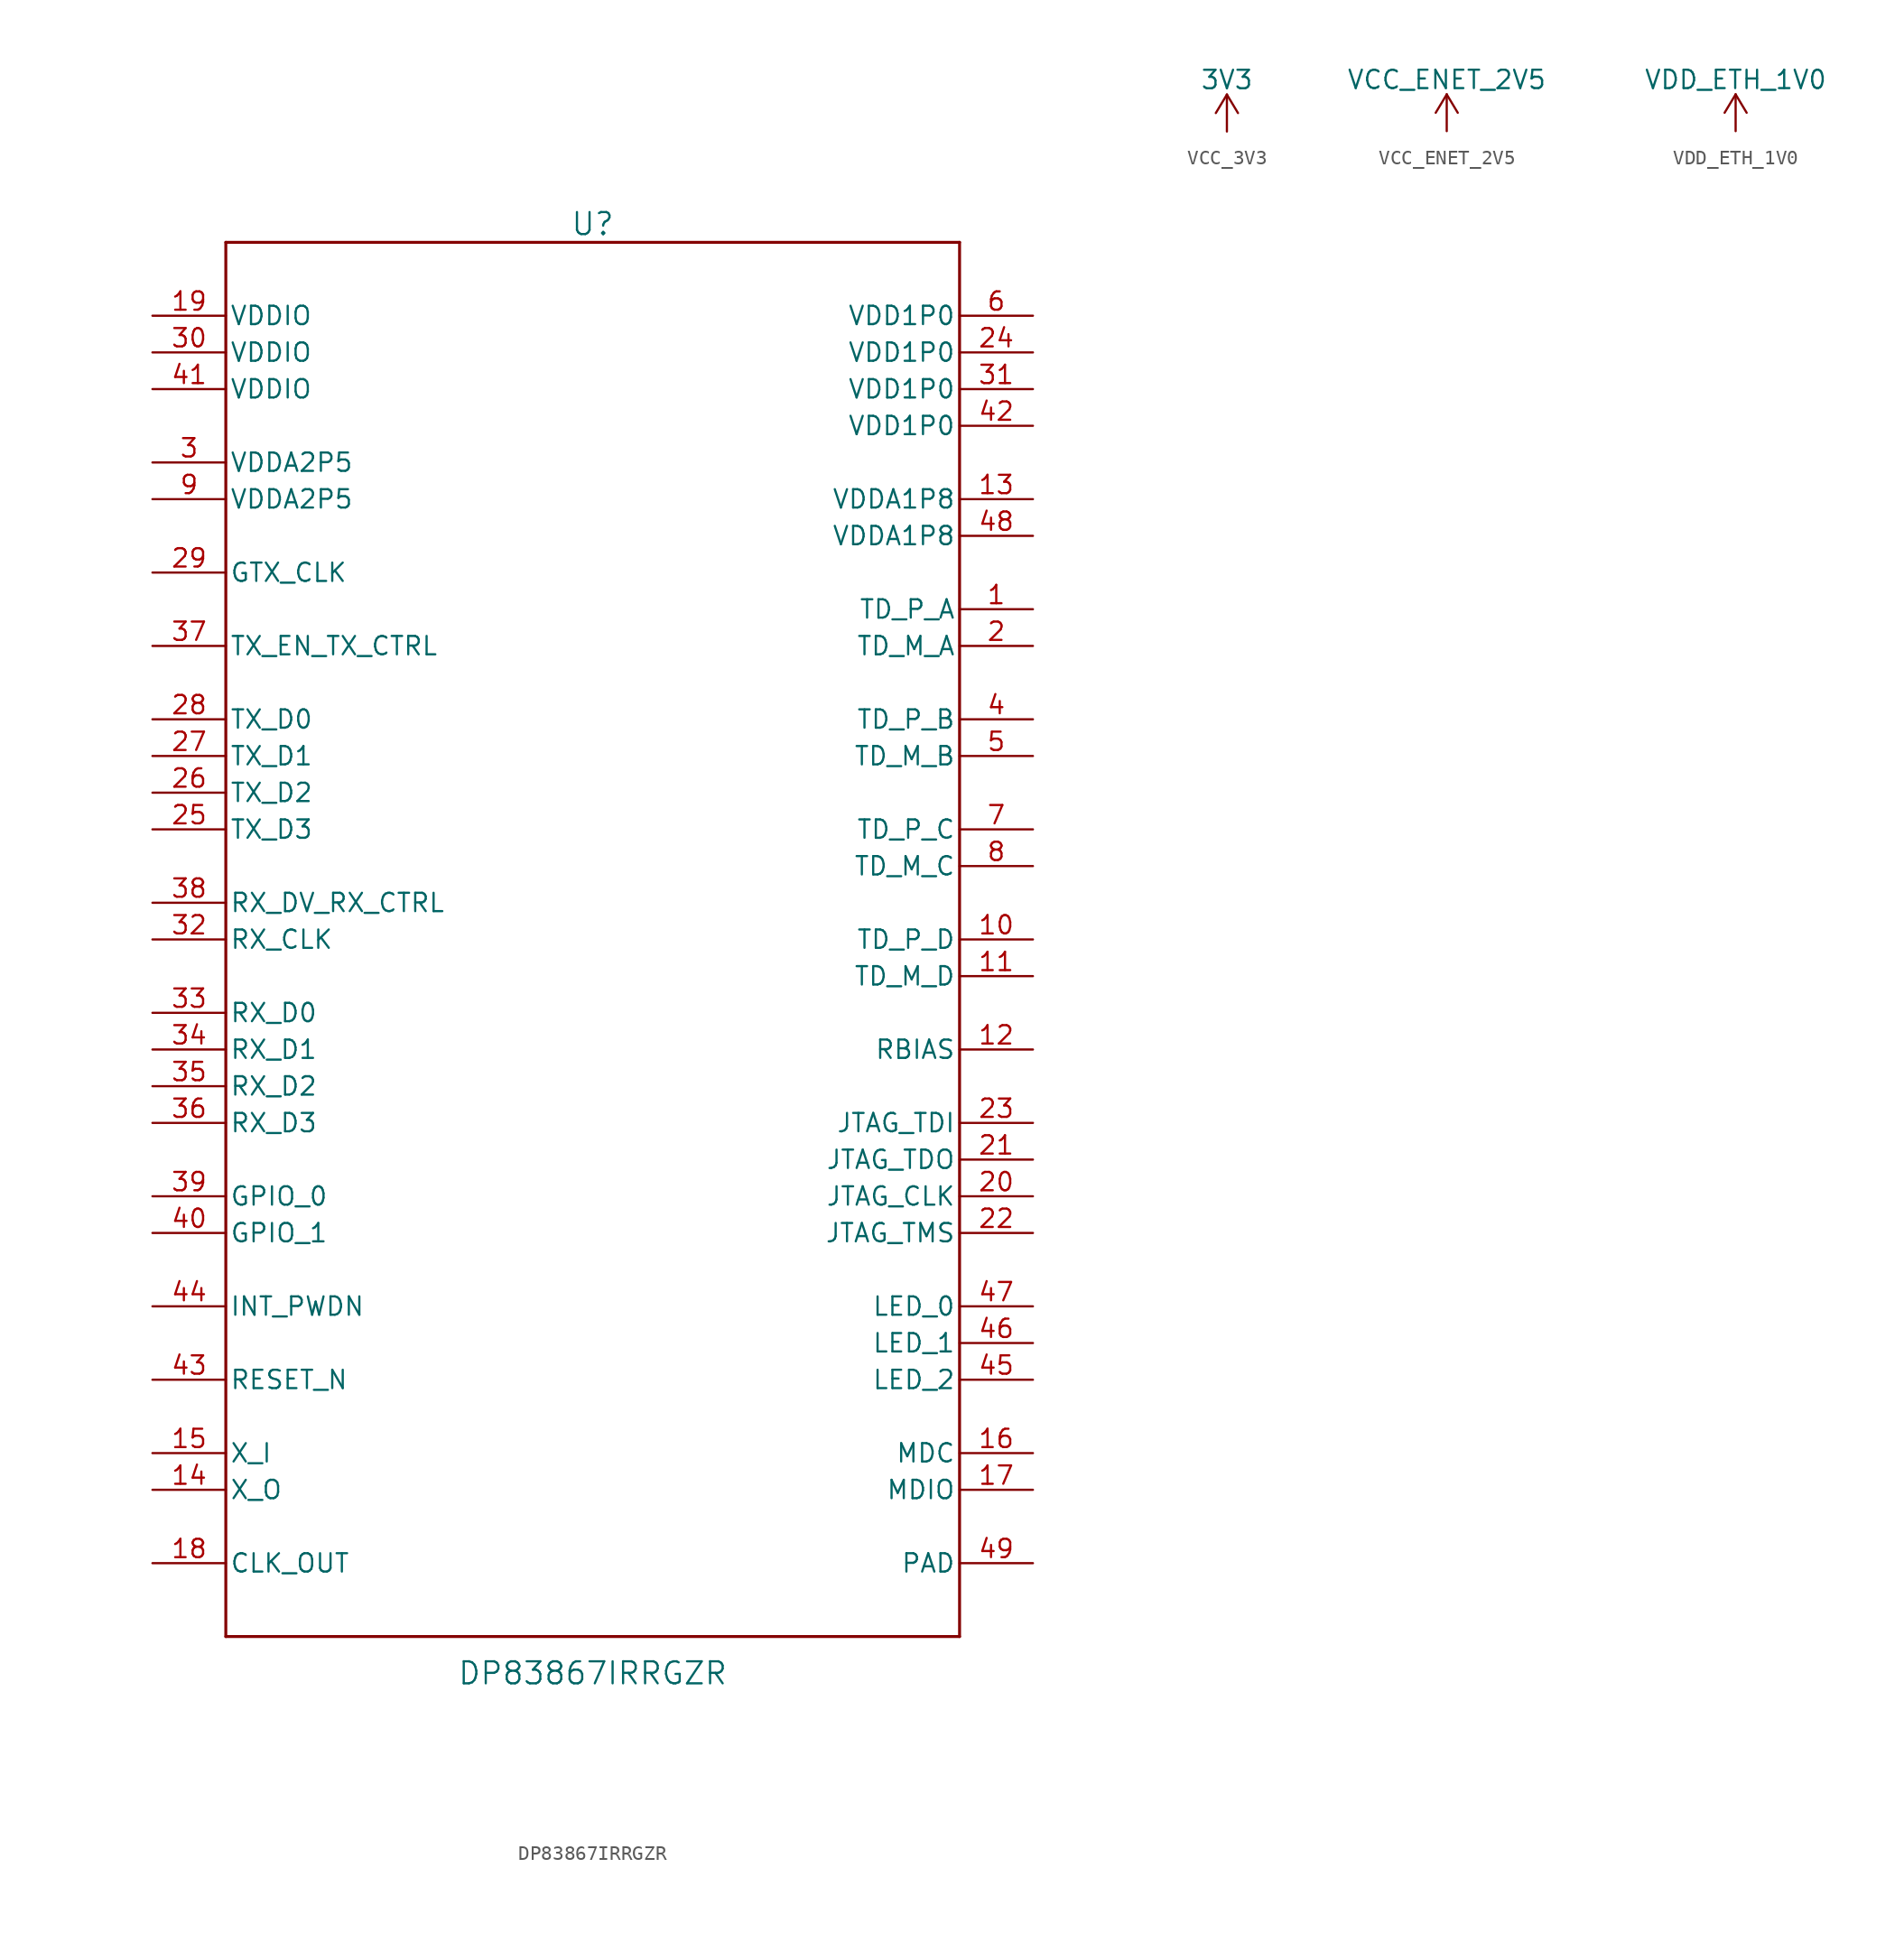
<source format=kicad_sym>
(kicad_symbol_lib
  (version 20220914)
  (generator kicad_symbol_editor)
  (symbol "DP83867IRRGZR"
    (pin_names
      (offset 0.254))
    (property "Reference" "U"
      (at 0 49.53 0)
      (effects (font (size 1.524 1.524))))
    (property "Value" "DP83867IRRGZR"
      (at 0 -50.8 0)
      (effects (font (size 1.524 1.524))))
    (property "ki_locked" ""
      (at 0 0 0)
      (effects (font (size 1.27 1.27))))
    (symbol "DP83867IRRGZR_0_1"
      (polyline (pts (xy -25.4 -48.26) (xy 25.4 -48.26)) (stroke (width 0.203) (type default)) (fill (type none)))
      (polyline (pts (xy -25.4 48.26) (xy -25.4 -48.26)) (stroke (width 0.203) (type default)) (fill (type none)))
      (polyline (pts (xy 25.4 -48.26) (xy 25.4 48.26)) (stroke (width 0.203) (type default)) (fill (type none)))
      (polyline (pts (xy 25.4 48.26) (xy -25.4 48.26)) (stroke (width 0.203) (type default)) (fill (type none)))
      (pin bidirectional line (at 30.48 22.86 180) (length 5.08) (name "TD_P_A" (effects (font (size 1.27 1.27)))) (number "1" (effects (font (size 1.27 1.27)))))
      (pin bidirectional line (at 30.48 0 180) (length 5.08) (name "TD_P_D" (effects (font (size 1.27 1.27)))) (number "10" (effects (font (size 1.27 1.27)))))
      (pin bidirectional line (at 30.48 -2.54 180) (length 5.08) (name "TD_M_D" (effects (font (size 1.27 1.27)))) (number "11" (effects (font (size 1.27 1.27)))))
      (pin unspecified line (at 30.48 -7.62 180) (length 5.08) (name "RBIAS" (effects (font (size 1.27 1.27)))) (number "12" (effects (font (size 1.27 1.27)))))
      (pin power_in line (at 30.48 30.48 180) (length 5.08) (name "VDDA1P8" (effects (font (size 1.27 1.27)))) (number "13" (effects (font (size 1.27 1.27)))))
      (pin unspecified line (at -30.48 -38.1 0) (length 5.08) (name "X_O" (effects (font (size 1.27 1.27)))) (number "14" (effects (font (size 1.27 1.27)))))
      (pin unspecified line (at -30.48 -35.56 0) (length 5.08) (name "X_I" (effects (font (size 1.27 1.27)))) (number "15" (effects (font (size 1.27 1.27)))))
      (pin input line (at 30.48 -35.56 180) (length 5.08) (name "MDC" (effects (font (size 1.27 1.27)))) (number "16" (effects (font (size 1.27 1.27)))))
      (pin bidirectional line (at 30.48 -38.1 180) (length 5.08) (name "MDIO" (effects (font (size 1.27 1.27)))) (number "17" (effects (font (size 1.27 1.27)))))
      (pin output line (at -30.48 -43.18 0) (length 5.08) (name "CLK_OUT" (effects (font (size 1.27 1.27)))) (number "18" (effects (font (size 1.27 1.27)))))
      (pin power_in line (at -30.48 43.18 0) (length 5.08) (name "VDDIO" (effects (font (size 1.27 1.27)))) (number "19" (effects (font (size 1.27 1.27)))))
      (pin bidirectional line (at 30.48 20.32 180) (length 5.08) (name "TD_M_A" (effects (font (size 1.27 1.27)))) (number "2" (effects (font (size 1.27 1.27)))))
      (pin input line (at 30.48 -17.78 180) (length 5.08) (name "JTAG_CLK" (effects (font (size 1.27 1.27)))) (number "20" (effects (font (size 1.27 1.27)))))
      (pin output line (at 30.48 -15.24 180) (length 5.08) (name "JTAG_TDO" (effects (font (size 1.27 1.27)))) (number "21" (effects (font (size 1.27 1.27)))))
      (pin input line (at 30.48 -20.32 180) (length 5.08) (name "JTAG_TMS" (effects (font (size 1.27 1.27)))) (number "22" (effects (font (size 1.27 1.27)))))
      (pin input line (at 30.48 -12.7 180) (length 5.08) (name "JTAG_TDI" (effects (font (size 1.27 1.27)))) (number "23" (effects (font (size 1.27 1.27)))))
      (pin power_in line (at 30.48 40.64 180) (length 5.08) (name "VDD1P0" (effects (font (size 1.27 1.27)))) (number "24" (effects (font (size 1.27 1.27)))))
      (pin input line (at -30.48 7.62 0) (length 5.08) (name "TX_D3" (effects (font (size 1.27 1.27)))) (number "25" (effects (font (size 1.27 1.27)))))
      (pin input line (at -30.48 10.16 0) (length 5.08) (name "TX_D2" (effects (font (size 1.27 1.27)))) (number "26" (effects (font (size 1.27 1.27)))))
      (pin input line (at -30.48 12.7 0) (length 5.08) (name "TX_D1" (effects (font (size 1.27 1.27)))) (number "27" (effects (font (size 1.27 1.27)))))
      (pin input line (at -30.48 15.24 0) (length 5.08) (name "TX_D0" (effects (font (size 1.27 1.27)))) (number "28" (effects (font (size 1.27 1.27)))))
      (pin input line (at -30.48 25.4 0) (length 5.08) (name "GTX_CLK" (effects (font (size 1.27 1.27)))) (number "29" (effects (font (size 1.27 1.27)))))
      (pin power_in line (at -30.48 33.02 0) (length 5.08) (name "VDDA2P5" (effects (font (size 1.27 1.27)))) (number "3" (effects (font (size 1.27 1.27)))))
      (pin power_in line (at -30.48 40.64 0) (length 5.08) (name "VDDIO" (effects (font (size 1.27 1.27)))) (number "30" (effects (font (size 1.27 1.27)))))
      (pin power_in line (at 30.48 38.1 180) (length 5.08) (name "VDD1P0" (effects (font (size 1.27 1.27)))) (number "31" (effects (font (size 1.27 1.27)))))
      (pin output line (at -30.48 0 0) (length 5.08) (name "RX_CLK" (effects (font (size 1.27 1.27)))) (number "32" (effects (font (size 1.27 1.27)))))
      (pin output line (at -30.48 -5.08 0) (length 5.08) (name "RX_D0" (effects (font (size 1.27 1.27)))) (number "33" (effects (font (size 1.27 1.27)))))
      (pin output line (at -30.48 -7.62 0) (length 5.08) (name "RX_D1" (effects (font (size 1.27 1.27)))) (number "34" (effects (font (size 1.27 1.27)))))
      (pin output line (at -30.48 -10.16 0) (length 5.08) (name "RX_D2" (effects (font (size 1.27 1.27)))) (number "35" (effects (font (size 1.27 1.27)))))
      (pin output line (at -30.48 -12.7 0) (length 5.08) (name "RX_D3" (effects (font (size 1.27 1.27)))) (number "36" (effects (font (size 1.27 1.27)))))
      (pin input line (at -30.48 20.32 0) (length 5.08) (name "TX_EN_TX_CTRL" (effects (font (size 1.27 1.27)))) (number "37" (effects (font (size 1.27 1.27)))))
      (pin output line (at -30.48 2.54 0) (length 5.08) (name "RX_DV_RX_CTRL" (effects (font (size 1.27 1.27)))) (number "38" (effects (font (size 1.27 1.27)))))
      (pin output line (at -30.48 -17.78 0) (length 5.08) (name "GPIO_0" (effects (font (size 1.27 1.27)))) (number "39" (effects (font (size 1.27 1.27)))))
      (pin bidirectional line (at 30.48 15.24 180) (length 5.08) (name "TD_P_B" (effects (font (size 1.27 1.27)))) (number "4" (effects (font (size 1.27 1.27)))))
      (pin output line (at -30.48 -20.32 0) (length 5.08) (name "GPIO_1" (effects (font (size 1.27 1.27)))) (number "40" (effects (font (size 1.27 1.27)))))
      (pin power_in line (at -30.48 38.1 0) (length 5.08) (name "VDDIO" (effects (font (size 1.27 1.27)))) (number "41" (effects (font (size 1.27 1.27)))))
      (pin power_in line (at 30.48 35.56 180) (length 5.08) (name "VDD1P0" (effects (font (size 1.27 1.27)))) (number "42" (effects (font (size 1.27 1.27)))))
      (pin input line (at -30.48 -30.48 0) (length 5.08) (name "RESET_N" (effects (font (size 1.27 1.27)))) (number "43" (effects (font (size 1.27 1.27)))))
      (pin bidirectional line (at -30.48 -25.4 0) (length 5.08) (name "INT_PWDN" (effects (font (size 1.27 1.27)))) (number "44" (effects (font (size 1.27 1.27)))))
      (pin bidirectional line (at 30.48 -30.48 180) (length 5.08) (name "LED_2" (effects (font (size 1.27 1.27)))) (number "45" (effects (font (size 1.27 1.27)))))
      (pin bidirectional line (at 30.48 -27.94 180) (length 5.08) (name "LED_1" (effects (font (size 1.27 1.27)))) (number "46" (effects (font (size 1.27 1.27)))))
      (pin bidirectional line (at 30.48 -25.4 180) (length 5.08) (name "LED_0" (effects (font (size 1.27 1.27)))) (number "47" (effects (font (size 1.27 1.27)))))
      (pin power_in line (at 30.48 27.94 180) (length 5.08) (name "VDDA1P8" (effects (font (size 1.27 1.27)))) (number "48" (effects (font (size 1.27 1.27)))))
      (pin power_in line (at 30.48 -43.18 180) (length 5.08) (name "PAD" (effects (font (size 1.27 1.27)))) (number "49" (effects (font (size 1.27 1.27)))))
      (pin bidirectional line (at 30.48 12.7 180) (length 5.08) (name "TD_M_B" (effects (font (size 1.27 1.27)))) (number "5" (effects (font (size 1.27 1.27)))))
      (pin power_in line (at 30.48 43.18 180) (length 5.08) (name "VDD1P0" (effects (font (size 1.27 1.27)))) (number "6" (effects (font (size 1.27 1.27)))))
      (pin bidirectional line (at 30.48 7.62 180) (length 5.08) (name "TD_P_C" (effects (font (size 1.27 1.27)))) (number "7" (effects (font (size 1.27 1.27)))))
      (pin bidirectional line (at 30.48 5.08 180) (length 5.08) (name "TD_M_C" (effects (font (size 1.27 1.27)))) (number "8" (effects (font (size 1.27 1.27)))))
      (pin power_in line (at -30.48 30.48 0) (length 5.08) (name "VDDA2P5" (effects (font (size 1.27 1.27)))) (number "9" (effects (font (size 1.27 1.27)))))))
  (symbol "VCC_3V3"
    (power)
    (pin_names
      (offset 0))
    (property "Reference" "#PWR"
      (at 0 -3.81 0)
      (effects (font (size 1.27 1.27)) hide))
    (property "Value" "3V3"
      (at 0 3.556 0)
      (effects (font (size 1.27 1.27))))
    (symbol "VCC_3V3_0_1"
      (polyline (pts (xy -0.762 1.27) (xy 0 2.54)) (stroke (width 0) (type default)) (fill (type none)))
      (polyline (pts (xy 0 0) (xy 0 2.54)) (stroke (width 0) (type default)) (fill (type none)))
      (polyline (pts (xy 0 2.54) (xy 0.762 1.27)) (stroke (width 0) (type default)) (fill (type none))))
    (symbol "VCC_3V3_1_1"
      (pin power_out line (at 0 0 90) (length 0) hide (name "VCC_3V3" (effects (font (size 1.27 1.27)))) (number "1" (effects (font (size 1.27 1.27)))))))
  (symbol "VCC_ENET_2V5"
    (power)
    (pin_names
      (offset 0))
    (property "Reference" "#PWR"
      (at 0 -3.81 0)
      (effects (font (size 1.27 1.27)) hide))
    (property "Value" "VCC_ENET_2V5"
      (at 0 3.556 0)
      (effects (font (size 1.27 1.27))))
    (symbol "VCC_ENET_2V5_0_1"
      (polyline (pts (xy -0.762 1.27) (xy 0 2.54)) (stroke (width 0) (type default)) (fill (type none)))
      (polyline (pts (xy 0 0) (xy 0 2.54)) (stroke (width 0) (type default)) (fill (type none)))
      (polyline (pts (xy 0 2.54) (xy 0.762 1.27)) (stroke (width 0) (type default)) (fill (type none))))
    (symbol "VCC_ENET_2V5_1_1"
      (pin power_out line (at 0 0 90) (length 0) hide (name "VCC_ENET_2V5" (effects (font (size 1.27 1.27)))) (number "1" (effects (font (size 1.27 1.27)))))))
  (symbol "VDD_ETH_1V0"
    (power)
    (pin_names
      (offset 0))
    (property "Reference" "#PWR"
      (at 0 -3.81 0)
      (effects (font (size 1.27 1.27)) hide))
    (property "Value" "VDD_ETH_1V0"
      (at 0 3.556 0)
      (effects (font (size 1.27 1.27))))
    (symbol "VDD_ETH_1V0_0_1"
      (polyline (pts (xy -0.762 1.27) (xy 0 2.54)) (stroke (width 0) (type default)) (fill (type none)))
      (polyline (pts (xy 0 0) (xy 0 2.54)) (stroke (width 0) (type default)) (fill (type none)))
      (polyline (pts (xy 0 2.54) (xy 0.762 1.27)) (stroke (width 0) (type default)) (fill (type none))))
    (symbol "VDD_ETH_1V0_1_1"
      (pin power_out line (at 0 0 90) (length 0) hide (name "VDD_ETH_1V0" (effects (font (size 1.27 1.27)))) (number "1" (effects (font (size 1.27 1.27))))))))
</source>
